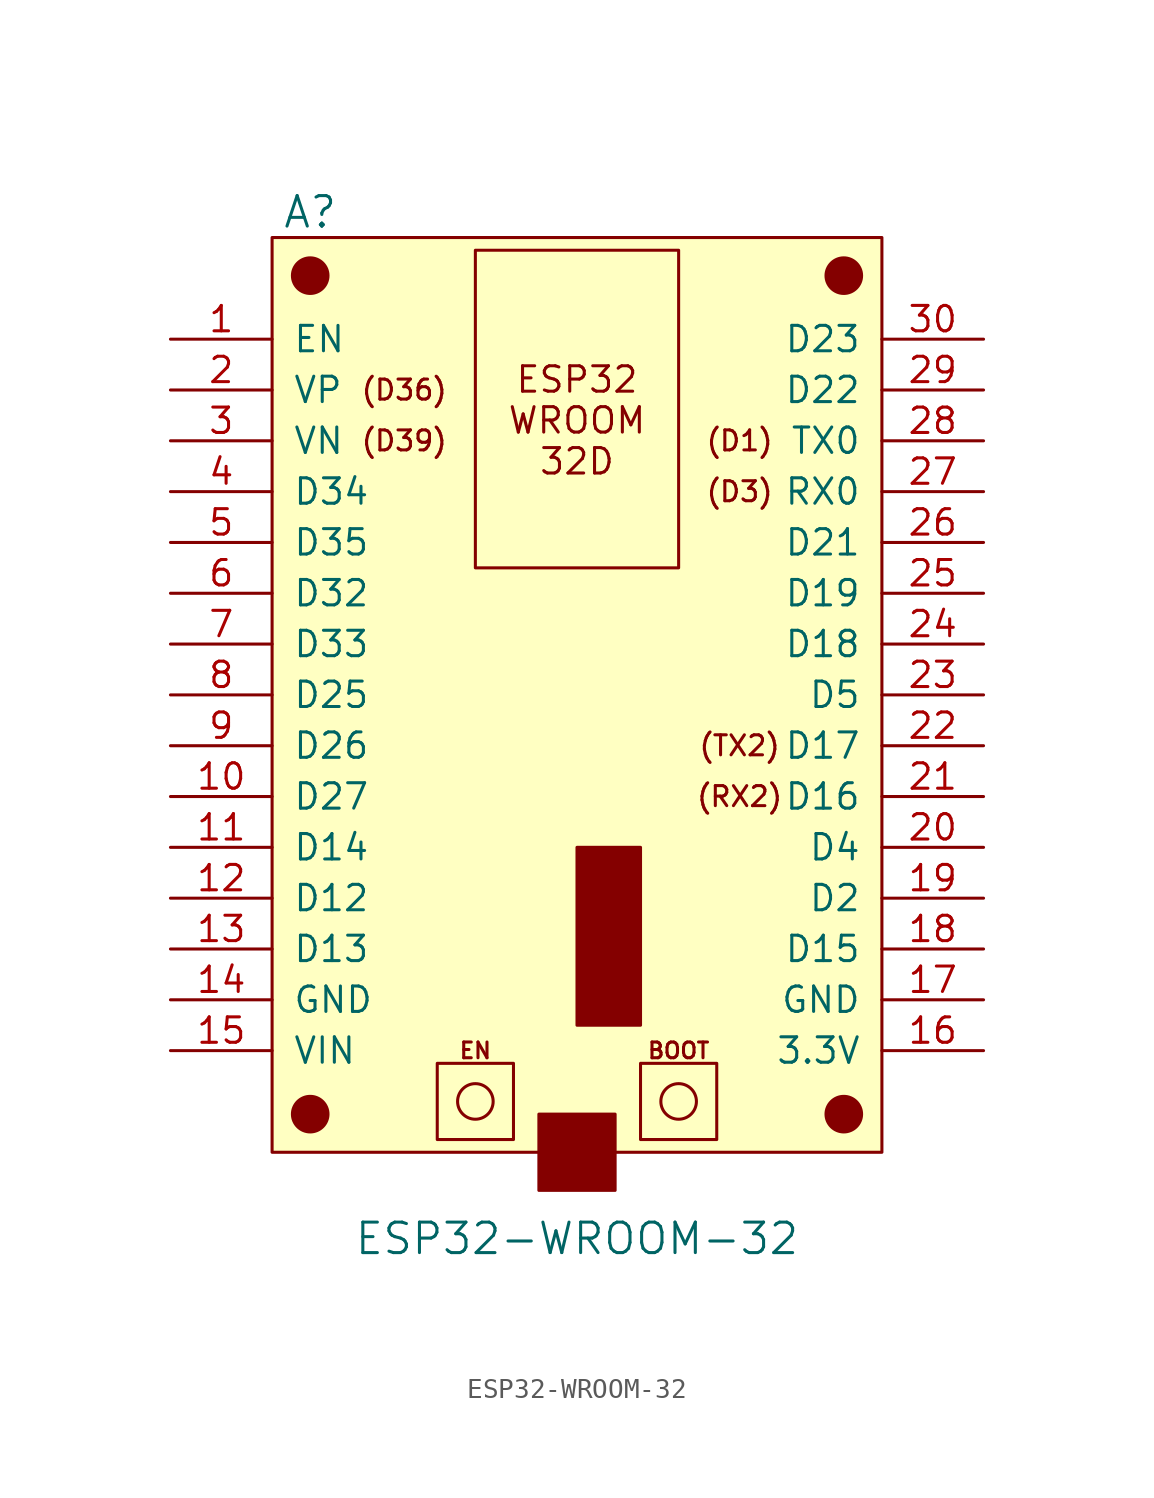
<source format=kicad_sym>
(kicad_symbol_lib
  (version 20231120)
  (generator "kicad_symbol_editor")
  (generator_version "8.0")
  (symbol "ESP32-WROOM-32"
    (pin_names
      (offset 1.016))
    (property "Reference" "A"
      (at -13.335 24.13 0)
      (effects (font (size 1.524 1.524))))
    (property "Value" "ESP32-WROOM-32"
      (at 0 -27.178 0)
      (effects (font (size 1.524 1.524))))
    (property "Footprint" ""
      (at -15.24 -21.59 0)
      (effects (font (size 1.524 1.524))))
    (property "Datasheet" ""
      (at -15.24 -21.59 0)
      (effects (font (size 1.524 1.524))))
    (symbol "ESP32-WROOM-32_0_0"
      (circle (center -13.335 20.955) (radius 0.889) (stroke (width 0) (type solid)) (fill (type outline)))
      (rectangle (start 3.175 -18.415) (end 6.985 -22.225) (stroke (width 0) (type solid)) (fill (type none)))
      (circle (center 5.08 -20.32) (radius 0.889) (stroke (width 0) (type solid)) (fill (type none))))
    (symbol "ESP32-WROOM-32_0_1"
      (rectangle (start -15.24 22.86) (end 15.24 -22.86) (stroke (width 0) (type solid)) (fill (type background)))
      (rectangle (start -5.08 22.225) (end 5.08 6.35) (stroke (width 0) (type solid)) (fill (type none)))
      (rectangle (start -1.905 -20.955) (end 1.905 -24.765) (stroke (width 0) (type solid)) (fill (type outline)))
      (rectangle (start 0 -16.51) (end 3.175 -7.62) (stroke (width 0) (type solid)) (fill (type outline))))
    (symbol "ESP32-WROOM-32_1_0"
      (text "BOOT" (at 5.08 -17.78 0) (effects (font (size 0.787 0.787))))
      (text "EN" (at -5.08 -17.78 0) (effects (font (size 0.787 0.787))))
      (text "ESP32\nWROOM\n32D" (at 0 13.716 0) (effects (font (size 1.27 1.27)))))
    (symbol "ESP32-WROOM-32_1_1"
      (circle (center -13.335 -20.955) (radius 0.889) (stroke (width 0) (type solid)) (fill (type outline)))
      (rectangle (start -6.985 -18.415) (end -3.175 -22.225) (stroke (width 0) (type solid)) (fill (type none)))
      (circle (center -5.08 -20.32) (radius 0.889) (stroke (width 0) (type solid)) (fill (type none)))
      (circle (center 13.335 -20.955) (radius 0.889) (stroke (width 0) (type solid)) (fill (type outline)))
      (circle (center 13.335 20.955) (radius 0.889) (stroke (width 0) (type solid)) (fill (type outline)))
      (text "(D1)" (at 8.128 12.7 0) (effects (font (size 1 1))))
      (text "(D3)" (at 8.128 10.16 0) (effects (font (size 1 1))))
      (text "(D36)" (at -8.636 15.24 0) (effects (font (size 1 1))))
      (text "(D39)" (at -8.636 12.7 0) (effects (font (size 1 1))))
      (text "(RX2)" (at 8.128 -5.08 0) (effects (font (size 1 1))))
      (text "(TX2)" (at 8.128 -2.54 0) (effects (font (size 1 1))))
      (pin input line (at -20.32 17.78 0) (length 5.08) (name "EN" (effects (font (size 1.27 1.27)))) (number "1" (effects (font (size 1.27 1.27)))))
      (pin bidirectional line (at -20.32 -5.08 0) (length 5.08) (name "D27" (effects (font (size 1.27 1.27)))) (number "10" (effects (font (size 1.27 1.27)))))
      (pin bidirectional line (at -20.32 -7.62 0) (length 5.08) (name "D14" (effects (font (size 1.27 1.27)))) (number "11" (effects (font (size 1.27 1.27)))))
      (pin bidirectional line (at -20.32 -10.16 0) (length 5.08) (name "D12" (effects (font (size 1.27 1.27)))) (number "12" (effects (font (size 1.27 1.27)))))
      (pin bidirectional line (at -20.32 -12.7 0) (length 5.08) (name "D13" (effects (font (size 1.27 1.27)))) (number "13" (effects (font (size 1.27 1.27)))))
      (pin power_in line (at -20.32 -15.24 0) (length 5.08) (name "GND" (effects (font (size 1.27 1.27)))) (number "14" (effects (font (size 1.27 1.27)))))
      (pin power_in line (at -20.32 -17.78 0) (length 5.08) (name "VIN" (effects (font (size 1.27 1.27)))) (number "15" (effects (font (size 1.27 1.27)))))
      (pin power_out line (at 20.32 -17.78 180) (length 5.08) (name "3.3V" (effects (font (size 1.27 1.27)))) (number "16" (effects (font (size 1.27 1.27)))))
      (pin passive line (at 20.32 -15.24 180) (length 5.08) (name "GND" (effects (font (size 1.27 1.27)))) (number "17" (effects (font (size 1.27 1.27)))))
      (pin bidirectional line (at 20.32 -12.7 180) (length 5.08) (name "D15" (effects (font (size 1.27 1.27)))) (number "18" (effects (font (size 1.27 1.27)))))
      (pin bidirectional line (at 20.32 -10.16 180) (length 5.08) (name "D2" (effects (font (size 1.27 1.27)))) (number "19" (effects (font (size 1.27 1.27)))))
      (pin input line (at -20.32 15.24 0) (length 5.08) (name "VP" (effects (font (size 1.27 1.27)))) (number "2" (effects (font (size 1.27 1.27)))))
      (pin bidirectional line (at 20.32 -7.62 180) (length 5.08) (name "D4" (effects (font (size 1.27 1.27)))) (number "20" (effects (font (size 1.27 1.27)))))
      (pin bidirectional line (at 20.32 -5.08 180) (length 5.08) (name "D16" (effects (font (size 1.27 1.27)))) (number "21" (effects (font (size 1.27 1.27)))))
      (pin bidirectional line (at 20.32 -2.54 180) (length 5.08) (name "D17" (effects (font (size 1.27 1.27)))) (number "22" (effects (font (size 1.27 1.27)))))
      (pin bidirectional line (at 20.32 0 180) (length 5.08) (name "D5" (effects (font (size 1.27 1.27)))) (number "23" (effects (font (size 1.27 1.27)))))
      (pin bidirectional line (at 20.32 2.54 180) (length 5.08) (name "D18" (effects (font (size 1.27 1.27)))) (number "24" (effects (font (size 1.27 1.27)))))
      (pin bidirectional line (at 20.32 5.08 180) (length 5.08) (name "D19" (effects (font (size 1.27 1.27)))) (number "25" (effects (font (size 1.27 1.27)))))
      (pin bidirectional line (at 20.32 7.62 180) (length 5.08) (name "D21" (effects (font (size 1.27 1.27)))) (number "26" (effects (font (size 1.27 1.27)))))
      (pin bidirectional line (at 20.32 10.16 180) (length 5.08) (name "RX0" (effects (font (size 1.27 1.27)))) (number "27" (effects (font (size 1.27 1.27)))))
      (pin bidirectional line (at 20.32 12.7 180) (length 5.08) (name "TX0" (effects (font (size 1.27 1.27)))) (number "28" (effects (font (size 1.27 1.27)))))
      (pin bidirectional line (at 20.32 15.24 180) (length 5.08) (name "D22" (effects (font (size 1.27 1.27)))) (number "29" (effects (font (size 1.27 1.27)))))
      (pin input line (at -20.32 12.7 0) (length 5.08) (name "VN" (effects (font (size 1.27 1.27)))) (number "3" (effects (font (size 1.27 1.27)))))
      (pin bidirectional line (at 20.32 17.78 180) (length 5.08) (name "D23" (effects (font (size 1.27 1.27)))) (number "30" (effects (font (size 1.27 1.27)))))
      (pin input line (at -20.32 10.16 0) (length 5.08) (name "D34" (effects (font (size 1.27 1.27)))) (number "4" (effects (font (size 1.27 1.27)))))
      (pin input line (at -20.32 7.62 0) (length 5.08) (name "D35" (effects (font (size 1.27 1.27)))) (number "5" (effects (font (size 1.27 1.27)))))
      (pin bidirectional line (at -20.32 5.08 0) (length 5.08) (name "D32" (effects (font (size 1.27 1.27)))) (number "6" (effects (font (size 1.27 1.27)))))
      (pin bidirectional line (at -20.32 2.54 0) (length 5.08) (name "D33" (effects (font (size 1.27 1.27)))) (number "7" (effects (font (size 1.27 1.27)))))
      (pin bidirectional line (at -20.32 0 0) (length 5.08) (name "D25" (effects (font (size 1.27 1.27)))) (number "8" (effects (font (size 1.27 1.27)))))
      (pin bidirectional line (at -20.32 -2.54 0) (length 5.08) (name "D26" (effects (font (size 1.27 1.27)))) (number "9" (effects (font (size 1.27 1.27))))))))
</source>
